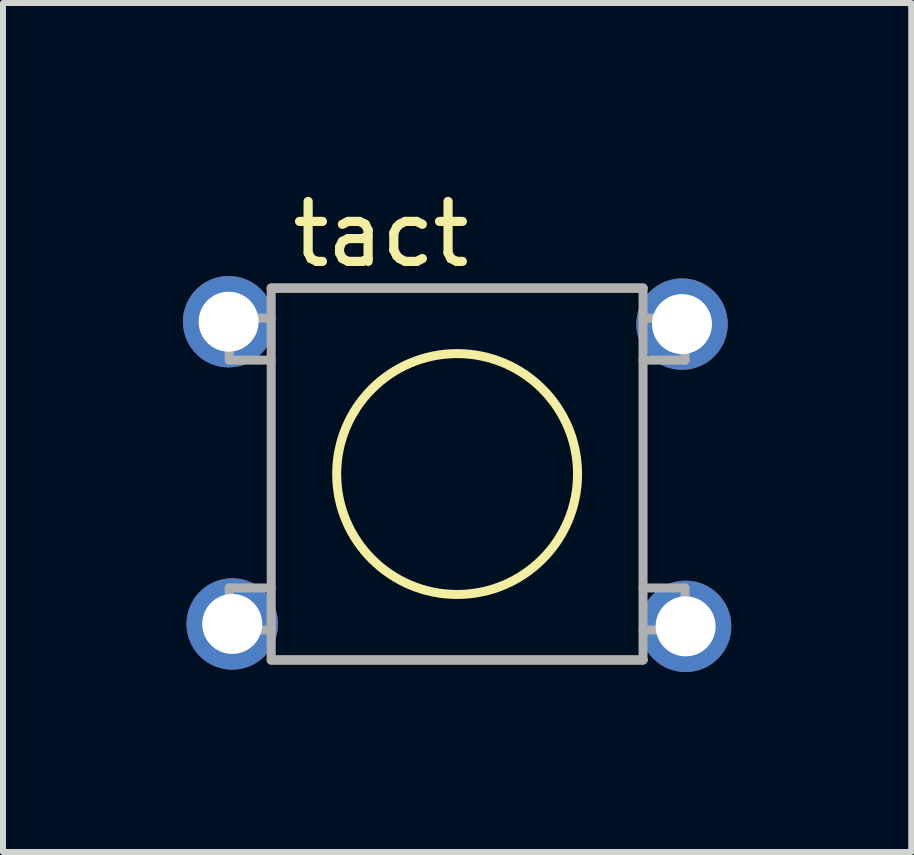
<source format=kicad_pcb>
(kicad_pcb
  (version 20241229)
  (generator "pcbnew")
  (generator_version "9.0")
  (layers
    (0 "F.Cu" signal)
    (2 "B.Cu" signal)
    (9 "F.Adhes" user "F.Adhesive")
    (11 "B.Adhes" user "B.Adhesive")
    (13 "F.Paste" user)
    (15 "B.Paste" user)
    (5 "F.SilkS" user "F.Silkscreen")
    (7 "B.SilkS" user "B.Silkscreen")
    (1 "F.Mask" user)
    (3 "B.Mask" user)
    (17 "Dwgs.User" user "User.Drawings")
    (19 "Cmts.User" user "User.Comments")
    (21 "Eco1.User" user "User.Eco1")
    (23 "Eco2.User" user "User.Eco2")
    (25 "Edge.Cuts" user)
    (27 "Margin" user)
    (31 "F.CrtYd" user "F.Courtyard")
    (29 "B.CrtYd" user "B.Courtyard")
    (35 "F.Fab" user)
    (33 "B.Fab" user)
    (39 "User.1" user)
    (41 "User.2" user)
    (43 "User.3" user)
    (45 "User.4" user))
  (footprint "tact"
    (layer "F.Cu")
    (at 4.572 4.854)
    (property "Reference" "tact" (at -1.27 -4 0) (layer "F.SilkS") (effects (font (size 1 1) (thickness 0.153))))
    (attr through_hole)
    (fp_line (start -3.1 -3.1) (end 3.1 -3.1) (stroke (width 0.15) (type solid)) (layer "F.SilkS"))
    (fp_line (start 3.1 3.1) (end -3.1 3.1) (stroke (width 0.15) (type solid)) (layer "F.SilkS"))
    (fp_circle (center 0 0) (end 1.905 -0.635) (stroke (width 0.15) (type solid)) (fill no) (layer "F.SilkS"))
    (fp_line (start -3.8 -2.6) (end -3.8 -1.9) (stroke (width 0.15) (type solid)) (layer "F.Fab"))
    (fp_line (start -3.8 -1.9) (end -3.1 -1.9) (stroke (width 0.15) (type solid)) (layer "F.Fab"))
    (fp_line (start -3.8 1.9) (end -3.1 1.9) (stroke (width 0.15) (type solid)) (layer "F.Fab"))
    (fp_line (start -3.8 2.6) (end -3.8 1.9) (stroke (width 0.15) (type solid)) (layer "F.Fab"))
    (fp_line (start -3.1 -3.1) (end 3.1 -3.1) (stroke (width 0.15) (type solid)) (layer "F.Fab"))
    (fp_line (start -3.1 -2.6) (end -3.8 -2.6) (stroke (width 0.15) (type solid)) (layer "F.Fab"))
    (fp_line (start -3.1 2.6) (end -3.8 2.6) (stroke (width 0.15) (type solid)) (layer "F.Fab"))
    (fp_line (start -3.1 3.1) (end -3.1 -3.1) (stroke (width 0.15) (type solid)) (layer "F.Fab"))
    (fp_line (start -3.1 3.1) (end 3.1 3.1) (stroke (width 0.15) (type solid)) (layer "F.Fab"))
    (fp_line (start 3.1 -3.1) (end 3.1 3.1) (stroke (width 0.15) (type solid)) (layer "F.Fab"))
    (fp_line (start 3.1 -2.6) (end 3.8 -2.6) (stroke (width 0.15) (type solid)) (layer "F.Fab"))
    (fp_line (start 3.1 1.9) (end 3.8 1.9) (stroke (width 0.15) (type solid)) (layer "F.Fab"))
    (fp_line (start 3.8 -2.6) (end 3.8 -1.9) (stroke (width 0.15) (type solid)) (layer "F.Fab"))
    (fp_line (start 3.8 -1.9) (end 3.1 -1.9) (stroke (width 0.15) (type solid)) (layer "F.Fab"))
    (fp_line (start 3.8 1.9) (end 3.8 2.6) (stroke (width 0.15) (type solid)) (layer "F.Fab"))
    (fp_line (start 3.8 2.6) (end 3.1 2.6) (stroke (width 0.15) (type solid)) (layer "F.Fab"))
    (pad "1" thru_hole circle (at -3.81 -2.54) (size 1.524 1.524) (drill 1) (layers "*.Cu" "*.Mask"))
    (pad "2" thru_hole circle (at 3.75 -2.5) (size 1.524 1.524) (drill 1) (layers "*.Cu" "*.Mask"))
    (pad "3" thru_hole circle (at -3.75 2.5) (size 1.524 1.524) (drill 1) (layers "*.Cu" "*.Mask"))
    (pad "4" thru_hole circle (at 3.81 2.54) (size 1.524 1.524) (drill 1) (layers "*.Cu" "*.Mask")))
  (gr_rect
    (start -3 -3)
    (end 12.144 11.156)
    (stroke (width 0.1) (type default))
    (fill no)
    (layer "Edge.Cuts")))
</source>
